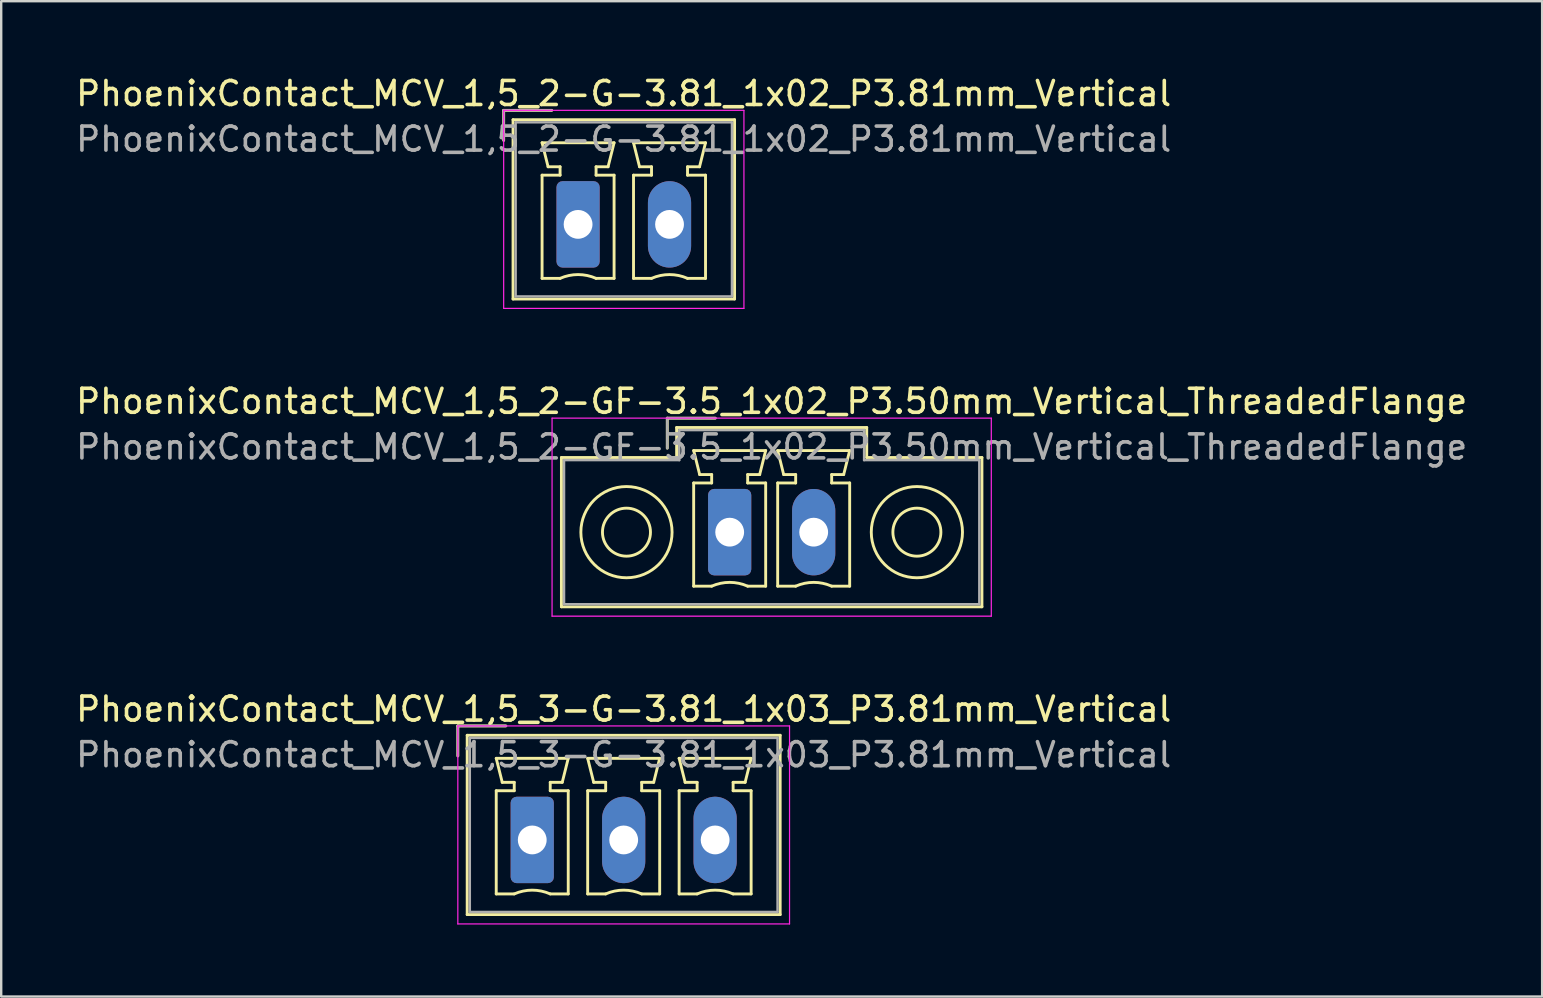
<source format=kicad_pcb>
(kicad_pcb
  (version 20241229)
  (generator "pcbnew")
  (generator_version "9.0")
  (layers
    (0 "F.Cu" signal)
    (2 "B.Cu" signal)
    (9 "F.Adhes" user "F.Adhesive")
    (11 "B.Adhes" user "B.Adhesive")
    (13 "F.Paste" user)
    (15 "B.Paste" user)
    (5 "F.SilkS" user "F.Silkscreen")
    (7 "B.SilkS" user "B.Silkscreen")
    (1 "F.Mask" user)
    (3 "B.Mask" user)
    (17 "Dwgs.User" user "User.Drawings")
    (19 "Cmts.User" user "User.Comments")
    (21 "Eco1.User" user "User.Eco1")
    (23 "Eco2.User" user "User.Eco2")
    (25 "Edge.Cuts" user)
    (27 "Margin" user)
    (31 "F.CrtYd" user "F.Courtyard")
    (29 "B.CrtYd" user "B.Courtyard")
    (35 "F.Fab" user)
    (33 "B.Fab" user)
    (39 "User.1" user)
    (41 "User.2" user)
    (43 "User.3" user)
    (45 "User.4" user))
  (footprint "PhoenixContact_MCV_1,5_2-G-3.81_1x02_P3.81mm_Vertical"
    (layer "F.Cu")
    (at 21.035 6.298)
    (property "Reference" "PhoenixContact_MCV_1,5_2-G-3.81_1x02_P3.81mm_Vertical" (at 1.9 -5.45 0) (layer "F.SilkS") (effects (font (size 1 1) (thickness 0.15))))
    (attr through_hole)
    (fp_line (start -3.1 -4.75) (end -1.1 -4.75) (stroke (width 0.12) (type solid)) (layer "F.SilkS"))
    (fp_line (start -3.1 -3.5) (end -3.1 -4.75) (stroke (width 0.12) (type solid)) (layer "F.SilkS"))
    (fp_line (start -2.71 -4.36) (end -2.71 3.11) (stroke (width 0.12) (type solid)) (layer "F.SilkS"))
    (fp_line (start -2.71 3.11) (end 6.52 3.11) (stroke (width 0.12) (type solid)) (layer "F.SilkS"))
    (fp_line (start -1.5 -3.4) (end 1.5 -3.4) (stroke (width 0.12) (type solid)) (layer "F.SilkS"))
    (fp_line (start -1.5 -2.05) (end -0.75 -2.05) (stroke (width 0.12) (type solid)) (layer "F.SilkS"))
    (fp_line (start -1.5 2.25) (end -1.5 -2.05) (stroke (width 0.12) (type solid)) (layer "F.SilkS"))
    (fp_line (start -1.25 -2.4) (end -1.5 -3.4) (stroke (width 0.12) (type solid)) (layer "F.SilkS"))
    (fp_line (start -0.75 -2.4) (end -1.25 -2.4) (stroke (width 0.12) (type solid)) (layer "F.SilkS"))
    (fp_line (start -0.75 -2.05) (end -0.75 -2.4) (stroke (width 0.12) (type solid)) (layer "F.SilkS"))
    (fp_line (start -0.75 2.25) (end -1.5 2.25) (stroke (width 0.12) (type solid)) (layer "F.SilkS"))
    (fp_line (start 0.75 -2.4) (end 0.75 -2.05) (stroke (width 0.12) (type solid)) (layer "F.SilkS"))
    (fp_line (start 0.75 -2.05) (end 1.5 -2.05) (stroke (width 0.12) (type solid)) (layer "F.SilkS"))
    (fp_line (start 1.25 -2.4) (end 0.75 -2.4) (stroke (width 0.12) (type solid)) (layer "F.SilkS"))
    (fp_line (start 1.5 -3.4) (end 1.25 -2.4) (stroke (width 0.12) (type solid)) (layer "F.SilkS"))
    (fp_line (start 1.5 -2.05) (end 1.5 2.25) (stroke (width 0.12) (type solid)) (layer "F.SilkS"))
    (fp_line (start 1.5 2.25) (end 0.75 2.25) (stroke (width 0.12) (type solid)) (layer "F.SilkS"))
    (fp_line (start 2.31 -3.4) (end 5.31 -3.4) (stroke (width 0.12) (type solid)) (layer "F.SilkS"))
    (fp_line (start 2.31 -2.05) (end 3.06 -2.05) (stroke (width 0.12) (type solid)) (layer "F.SilkS"))
    (fp_line (start 2.31 2.25) (end 2.31 -2.05) (stroke (width 0.12) (type solid)) (layer "F.SilkS"))
    (fp_line (start 2.56 -2.4) (end 2.31 -3.4) (stroke (width 0.12) (type solid)) (layer "F.SilkS"))
    (fp_line (start 3.06 -2.4) (end 2.56 -2.4) (stroke (width 0.12) (type solid)) (layer "F.SilkS"))
    (fp_line (start 3.06 -2.05) (end 3.06 -2.4) (stroke (width 0.12) (type solid)) (layer "F.SilkS"))
    (fp_line (start 3.06 2.25) (end 2.31 2.25) (stroke (width 0.12) (type solid)) (layer "F.SilkS"))
    (fp_line (start 4.56 -2.4) (end 4.56 -2.05) (stroke (width 0.12) (type solid)) (layer "F.SilkS"))
    (fp_line (start 4.56 -2.05) (end 5.31 -2.05) (stroke (width 0.12) (type solid)) (layer "F.SilkS"))
    (fp_line (start 5.06 -2.4) (end 4.56 -2.4) (stroke (width 0.12) (type solid)) (layer "F.SilkS"))
    (fp_line (start 5.31 -3.4) (end 5.06 -2.4) (stroke (width 0.12) (type solid)) (layer "F.SilkS"))
    (fp_line (start 5.31 -2.05) (end 5.31 2.25) (stroke (width 0.12) (type solid)) (layer "F.SilkS"))
    (fp_line (start 5.31 2.25) (end 4.56 2.25) (stroke (width 0.12) (type solid)) (layer "F.SilkS"))
    (fp_line (start 6.52 -4.36) (end -2.71 -4.36) (stroke (width 0.12) (type solid)) (layer "F.SilkS"))
    (fp_line (start 6.52 3.11) (end 6.52 -4.36) (stroke (width 0.12) (type solid)) (layer "F.SilkS"))
    (fp_arc (start -0.75 2.25) (mid -0.000193 2.09191) (end 0.749647 2.249844) (stroke (width 0.12) (type solid)) (layer "F.SilkS"))
    (fp_arc (start 3.06 2.25) (mid 3.809807 2.09191) (end 4.559647 2.249844) (stroke (width 0.12) (type solid)) (layer "F.SilkS"))
    (fp_line (start -3.1 -4.75) (end -3.1 3.5) (stroke (width 0.05) (type solid)) (layer "F.CrtYd"))
    (fp_line (start -3.1 3.5) (end 6.91 3.5) (stroke (width 0.05) (type solid)) (layer "F.CrtYd"))
    (fp_line (start 6.91 -4.75) (end -3.1 -4.75) (stroke (width 0.05) (type solid)) (layer "F.CrtYd"))
    (fp_line (start 6.91 3.5) (end 6.91 -4.75) (stroke (width 0.05) (type solid)) (layer "F.CrtYd"))
    (fp_line (start -3.1 -4.75) (end -1.1 -4.75) (stroke (width 0.1) (type solid)) (layer "F.Fab"))
    (fp_line (start -3.1 -3.5) (end -3.1 -4.75) (stroke (width 0.1) (type solid)) (layer "F.Fab"))
    (fp_line (start -2.6 -4.25) (end -2.6 3) (stroke (width 0.1) (type solid)) (layer "F.Fab"))
    (fp_line (start -2.6 3) (end 6.41 3) (stroke (width 0.1) (type solid)) (layer "F.Fab"))
    (fp_line (start 6.41 -4.25) (end -2.6 -4.25) (stroke (width 0.1) (type solid)) (layer "F.Fab"))
    (fp_line (start 6.41 3) (end 6.41 -4.25) (stroke (width 0.1) (type solid)) (layer "F.Fab"))
    (fp_text user "${REFERENCE}" (at 1.9 -3.55 0) (layer "F.Fab") (effects (font (size 1 1) (thickness 0.15))))
    (pad "1" thru_hole roundrect (at 0 0) (size 1.8 3.6) (drill 1.2) (layers "*.Cu" "*.Mask") (roundrect_rratio 0.139))
    (pad "2" thru_hole oval (at 3.81 0) (size 1.8 3.6) (drill 1.2) (layers "*.Cu" "*.Mask")))
  (footprint "PhoenixContact_MCV_1,5_2-GF-3.5_1x02_P3.50mm_Vertical_ThreadedFlange"
    (layer "F.Cu")
    (at 27.351 19.122)
    (property "Reference" "PhoenixContact_MCV_1,5_2-GF-3.5_1x02_P3.50mm_Vertical_ThreadedFlange" (at 1.75 -5.45 0) (layer "F.SilkS") (effects (font (size 1 1) (thickness 0.15))))
    (attr through_hole)
    (fp_line (start -7.01 -3.11) (end -7.01 3.11) (stroke (width 0.12) (type solid)) (layer "F.SilkS"))
    (fp_line (start -7.01 3.11) (end 10.51 3.11) (stroke (width 0.12) (type solid)) (layer "F.SilkS"))
    (fp_line (start -2.6 -4.75) (end -0.6 -4.75) (stroke (width 0.12) (type solid)) (layer "F.SilkS"))
    (fp_line (start -2.6 -3.5) (end -2.6 -4.75) (stroke (width 0.12) (type solid)) (layer "F.SilkS"))
    (fp_line (start -2.21 -4.36) (end -2.21 -3.11) (stroke (width 0.12) (type solid)) (layer "F.SilkS"))
    (fp_line (start -2.21 -3.11) (end -7.01 -3.11) (stroke (width 0.12) (type solid)) (layer "F.SilkS"))
    (fp_line (start -1.5 -3.4) (end 1.5 -3.4) (stroke (width 0.12) (type solid)) (layer "F.SilkS"))
    (fp_line (start -1.5 -2.05) (end -0.75 -2.05) (stroke (width 0.12) (type solid)) (layer "F.SilkS"))
    (fp_line (start -1.5 2.25) (end -1.5 -2.05) (stroke (width 0.12) (type solid)) (layer "F.SilkS"))
    (fp_line (start -1.25 -2.4) (end -1.5 -3.4) (stroke (width 0.12) (type solid)) (layer "F.SilkS"))
    (fp_line (start -0.75 -2.4) (end -1.25 -2.4) (stroke (width 0.12) (type solid)) (layer "F.SilkS"))
    (fp_line (start -0.75 -2.05) (end -0.75 -2.4) (stroke (width 0.12) (type solid)) (layer "F.SilkS"))
    (fp_line (start -0.75 2.25) (end -1.5 2.25) (stroke (width 0.12) (type solid)) (layer "F.SilkS"))
    (fp_line (start 0.75 -2.4) (end 0.75 -2.05) (stroke (width 0.12) (type solid)) (layer "F.SilkS"))
    (fp_line (start 0.75 -2.05) (end 1.5 -2.05) (stroke (width 0.12) (type solid)) (layer "F.SilkS"))
    (fp_line (start 1.25 -2.4) (end 0.75 -2.4) (stroke (width 0.12) (type solid)) (layer "F.SilkS"))
    (fp_line (start 1.5 -3.4) (end 1.25 -2.4) (stroke (width 0.12) (type solid)) (layer "F.SilkS"))
    (fp_line (start 1.5 -2.05) (end 1.5 2.25) (stroke (width 0.12) (type solid)) (layer "F.SilkS"))
    (fp_line (start 1.5 2.25) (end 0.75 2.25) (stroke (width 0.12) (type solid)) (layer "F.SilkS"))
    (fp_line (start 2 -3.4) (end 5 -3.4) (stroke (width 0.12) (type solid)) (layer "F.SilkS"))
    (fp_line (start 2 -2.05) (end 2.75 -2.05) (stroke (width 0.12) (type solid)) (layer "F.SilkS"))
    (fp_line (start 2 2.25) (end 2 -2.05) (stroke (width 0.12) (type solid)) (layer "F.SilkS"))
    (fp_line (start 2.25 -2.4) (end 2 -3.4) (stroke (width 0.12) (type solid)) (layer "F.SilkS"))
    (fp_line (start 2.75 -2.4) (end 2.25 -2.4) (stroke (width 0.12) (type solid)) (layer "F.SilkS"))
    (fp_line (start 2.75 -2.05) (end 2.75 -2.4) (stroke (width 0.12) (type solid)) (layer "F.SilkS"))
    (fp_line (start 2.75 2.25) (end 2 2.25) (stroke (width 0.12) (type solid)) (layer "F.SilkS"))
    (fp_line (start 4.25 -2.4) (end 4.25 -2.05) (stroke (width 0.12) (type solid)) (layer "F.SilkS"))
    (fp_line (start 4.25 -2.05) (end 5 -2.05) (stroke (width 0.12) (type solid)) (layer "F.SilkS"))
    (fp_line (start 4.75 -2.4) (end 4.25 -2.4) (stroke (width 0.12) (type solid)) (layer "F.SilkS"))
    (fp_line (start 5 -3.4) (end 4.75 -2.4) (stroke (width 0.12) (type solid)) (layer "F.SilkS"))
    (fp_line (start 5 -2.05) (end 5 2.25) (stroke (width 0.12) (type solid)) (layer "F.SilkS"))
    (fp_line (start 5 2.25) (end 4.25 2.25) (stroke (width 0.12) (type solid)) (layer "F.SilkS"))
    (fp_line (start 5.71 -4.36) (end -2.21 -4.36) (stroke (width 0.12) (type solid)) (layer "F.SilkS"))
    (fp_line (start 5.71 -3.11) (end 5.71 -4.36) (stroke (width 0.12) (type solid)) (layer "F.SilkS"))
    (fp_line (start 10.51 -3.11) (end 5.71 -3.11) (stroke (width 0.12) (type solid)) (layer "F.SilkS"))
    (fp_line (start 10.51 3.11) (end 10.51 -3.11) (stroke (width 0.12) (type solid)) (layer "F.SilkS"))
    (fp_arc (start -0.75 2.25) (mid -0.000193 2.09191) (end 0.749647 2.249844) (stroke (width 0.12) (type solid)) (layer "F.SilkS"))
    (fp_arc (start 2.75 2.25) (mid 3.499807 2.09191) (end 4.249647 2.249844) (stroke (width 0.12) (type solid)) (layer "F.SilkS"))
    (fp_circle (center -4.3 0) (end -3.3 0) (stroke (width 0.12) (type solid)) (fill no) (layer "F.SilkS"))
    (fp_circle (center -4.3 0) (end -2.4 0) (stroke (width 0.12) (type solid)) (fill no) (layer "F.SilkS"))
    (fp_circle (center 7.8 0) (end 8.8 0) (stroke (width 0.12) (type solid)) (fill no) (layer "F.SilkS"))
    (fp_circle (center 7.8 0) (end 9.7 0) (stroke (width 0.12) (type solid)) (fill no) (layer "F.SilkS"))
    (fp_line (start -7.4 -4.75) (end -7.4 3.5) (stroke (width 0.05) (type solid)) (layer "F.CrtYd"))
    (fp_line (start -7.4 3.5) (end 10.9 3.5) (stroke (width 0.05) (type solid)) (layer "F.CrtYd"))
    (fp_line (start 10.9 -4.75) (end -7.4 -4.75) (stroke (width 0.05) (type solid)) (layer "F.CrtYd"))
    (fp_line (start 10.9 3.5) (end 10.9 -4.75) (stroke (width 0.05) (type solid)) (layer "F.CrtYd"))
    (fp_line (start -6.9 -3) (end -6.9 3) (stroke (width 0.1) (type solid)) (layer "F.Fab"))
    (fp_line (start -6.9 3) (end 10.4 3) (stroke (width 0.1) (type solid)) (layer "F.Fab"))
    (fp_line (start -2.6 -4.75) (end -0.6 -4.75) (stroke (width 0.1) (type solid)) (layer "F.Fab"))
    (fp_line (start -2.6 -3.5) (end -2.6 -4.75) (stroke (width 0.1) (type solid)) (layer "F.Fab"))
    (fp_line (start -2.1 -4.25) (end -2.1 -3) (stroke (width 0.1) (type solid)) (layer "F.Fab"))
    (fp_line (start -2.1 -3) (end -6.9 -3) (stroke (width 0.1) (type solid)) (layer "F.Fab"))
    (fp_line (start 5.6 -4.25) (end -2.1 -4.25) (stroke (width 0.1) (type solid)) (layer "F.Fab"))
    (fp_line (start 5.6 -3) (end 5.6 -4.25) (stroke (width 0.1) (type solid)) (layer "F.Fab"))
    (fp_line (start 10.4 -3) (end 5.6 -3) (stroke (width 0.1) (type solid)) (layer "F.Fab"))
    (fp_line (start 10.4 3) (end 10.4 -3) (stroke (width 0.1) (type solid)) (layer "F.Fab"))
    (fp_text user "${REFERENCE}" (at 1.75 -3.55 0) (layer "F.Fab") (effects (font (size 1 1) (thickness 0.15))))
    (pad "1" thru_hole roundrect (at 0 0) (size 1.8 3.6) (drill 1.2) (layers "*.Cu" "*.Mask") (roundrect_rratio 0.139))
    (pad "2" thru_hole oval (at 3.5 0) (size 1.8 3.6) (drill 1.2) (layers "*.Cu" "*.Mask")))
  (footprint "PhoenixContact_MCV_1,5_3-G-3.81_1x03_P3.81mm_Vertical"
    (layer "F.Cu")
    (at 19.125 31.945)
    (property "Reference" "PhoenixContact_MCV_1,5_3-G-3.81_1x03_P3.81mm_Vertical" (at 3.81 -5.45 0) (layer "F.SilkS") (effects (font (size 1 1) (thickness 0.15))))
    (attr through_hole)
    (fp_line (start -3.1 -4.75) (end -1.1 -4.75) (stroke (width 0.12) (type solid)) (layer "F.SilkS"))
    (fp_line (start -3.1 -3.5) (end -3.1 -4.75) (stroke (width 0.12) (type solid)) (layer "F.SilkS"))
    (fp_line (start -2.71 -4.36) (end -2.71 3.11) (stroke (width 0.12) (type solid)) (layer "F.SilkS"))
    (fp_line (start -2.71 3.11) (end 10.33 3.11) (stroke (width 0.12) (type solid)) (layer "F.SilkS"))
    (fp_line (start -1.5 -3.4) (end 1.5 -3.4) (stroke (width 0.12) (type solid)) (layer "F.SilkS"))
    (fp_line (start -1.5 -2.05) (end -0.75 -2.05) (stroke (width 0.12) (type solid)) (layer "F.SilkS"))
    (fp_line (start -1.5 2.25) (end -1.5 -2.05) (stroke (width 0.12) (type solid)) (layer "F.SilkS"))
    (fp_line (start -1.25 -2.4) (end -1.5 -3.4) (stroke (width 0.12) (type solid)) (layer "F.SilkS"))
    (fp_line (start -0.75 -2.4) (end -1.25 -2.4) (stroke (width 0.12) (type solid)) (layer "F.SilkS"))
    (fp_line (start -0.75 -2.05) (end -0.75 -2.4) (stroke (width 0.12) (type solid)) (layer "F.SilkS"))
    (fp_line (start -0.75 2.25) (end -1.5 2.25) (stroke (width 0.12) (type solid)) (layer "F.SilkS"))
    (fp_line (start 0.75 -2.4) (end 0.75 -2.05) (stroke (width 0.12) (type solid)) (layer "F.SilkS"))
    (fp_line (start 0.75 -2.05) (end 1.5 -2.05) (stroke (width 0.12) (type solid)) (layer "F.SilkS"))
    (fp_line (start 1.25 -2.4) (end 0.75 -2.4) (stroke (width 0.12) (type solid)) (layer "F.SilkS"))
    (fp_line (start 1.5 -3.4) (end 1.25 -2.4) (stroke (width 0.12) (type solid)) (layer "F.SilkS"))
    (fp_line (start 1.5 -2.05) (end 1.5 2.25) (stroke (width 0.12) (type solid)) (layer "F.SilkS"))
    (fp_line (start 1.5 2.25) (end 0.75 2.25) (stroke (width 0.12) (type solid)) (layer "F.SilkS"))
    (fp_line (start 2.31 -3.4) (end 5.31 -3.4) (stroke (width 0.12) (type solid)) (layer "F.SilkS"))
    (fp_line (start 2.31 -2.05) (end 3.06 -2.05) (stroke (width 0.12) (type solid)) (layer "F.SilkS"))
    (fp_line (start 2.31 2.25) (end 2.31 -2.05) (stroke (width 0.12) (type solid)) (layer "F.SilkS"))
    (fp_line (start 2.56 -2.4) (end 2.31 -3.4) (stroke (width 0.12) (type solid)) (layer "F.SilkS"))
    (fp_line (start 3.06 -2.4) (end 2.56 -2.4) (stroke (width 0.12) (type solid)) (layer "F.SilkS"))
    (fp_line (start 3.06 -2.05) (end 3.06 -2.4) (stroke (width 0.12) (type solid)) (layer "F.SilkS"))
    (fp_line (start 3.06 2.25) (end 2.31 2.25) (stroke (width 0.12) (type solid)) (layer "F.SilkS"))
    (fp_line (start 4.56 -2.4) (end 4.56 -2.05) (stroke (width 0.12) (type solid)) (layer "F.SilkS"))
    (fp_line (start 4.56 -2.05) (end 5.31 -2.05) (stroke (width 0.12) (type solid)) (layer "F.SilkS"))
    (fp_line (start 5.06 -2.4) (end 4.56 -2.4) (stroke (width 0.12) (type solid)) (layer "F.SilkS"))
    (fp_line (start 5.31 -3.4) (end 5.06 -2.4) (stroke (width 0.12) (type solid)) (layer "F.SilkS"))
    (fp_line (start 5.31 -2.05) (end 5.31 2.25) (stroke (width 0.12) (type solid)) (layer "F.SilkS"))
    (fp_line (start 5.31 2.25) (end 4.56 2.25) (stroke (width 0.12) (type solid)) (layer "F.SilkS"))
    (fp_line (start 6.12 -3.4) (end 9.12 -3.4) (stroke (width 0.12) (type solid)) (layer "F.SilkS"))
    (fp_line (start 6.12 -2.05) (end 6.87 -2.05) (stroke (width 0.12) (type solid)) (layer "F.SilkS"))
    (fp_line (start 6.12 2.25) (end 6.12 -2.05) (stroke (width 0.12) (type solid)) (layer "F.SilkS"))
    (fp_line (start 6.37 -2.4) (end 6.12 -3.4) (stroke (width 0.12) (type solid)) (layer "F.SilkS"))
    (fp_line (start 6.87 -2.4) (end 6.37 -2.4) (stroke (width 0.12) (type solid)) (layer "F.SilkS"))
    (fp_line (start 6.87 -2.05) (end 6.87 -2.4) (stroke (width 0.12) (type solid)) (layer "F.SilkS"))
    (fp_line (start 6.87 2.25) (end 6.12 2.25) (stroke (width 0.12) (type solid)) (layer "F.SilkS"))
    (fp_line (start 8.37 -2.4) (end 8.37 -2.05) (stroke (width 0.12) (type solid)) (layer "F.SilkS"))
    (fp_line (start 8.37 -2.05) (end 9.12 -2.05) (stroke (width 0.12) (type solid)) (layer "F.SilkS"))
    (fp_line (start 8.87 -2.4) (end 8.37 -2.4) (stroke (width 0.12) (type solid)) (layer "F.SilkS"))
    (fp_line (start 9.12 -3.4) (end 8.87 -2.4) (stroke (width 0.12) (type solid)) (layer "F.SilkS"))
    (fp_line (start 9.12 -2.05) (end 9.12 2.25) (stroke (width 0.12) (type solid)) (layer "F.SilkS"))
    (fp_line (start 9.12 2.25) (end 8.37 2.25) (stroke (width 0.12) (type solid)) (layer "F.SilkS"))
    (fp_line (start 10.33 -4.36) (end -2.71 -4.36) (stroke (width 0.12) (type solid)) (layer "F.SilkS"))
    (fp_line (start 10.33 3.11) (end 10.33 -4.36) (stroke (width 0.12) (type solid)) (layer "F.SilkS"))
    (fp_arc (start -0.75 2.25) (mid -0.000193 2.09191) (end 0.749647 2.249844) (stroke (width 0.12) (type solid)) (layer "F.SilkS"))
    (fp_arc (start 3.06 2.25) (mid 3.809807 2.09191) (end 4.559647 2.249844) (stroke (width 0.12) (type solid)) (layer "F.SilkS"))
    (fp_arc (start 6.87 2.25) (mid 7.619807 2.09191) (end 8.369647 2.249844) (stroke (width 0.12) (type solid)) (layer "F.SilkS"))
    (fp_line (start -3.1 -4.75) (end -3.1 3.5) (stroke (width 0.05) (type solid)) (layer "F.CrtYd"))
    (fp_line (start -3.1 3.5) (end 10.72 3.5) (stroke (width 0.05) (type solid)) (layer "F.CrtYd"))
    (fp_line (start 10.72 -4.75) (end -3.1 -4.75) (stroke (width 0.05) (type solid)) (layer "F.CrtYd"))
    (fp_line (start 10.72 3.5) (end 10.72 -4.75) (stroke (width 0.05) (type solid)) (layer "F.CrtYd"))
    (fp_line (start -3.1 -4.75) (end -1.1 -4.75) (stroke (width 0.1) (type solid)) (layer "F.Fab"))
    (fp_line (start -3.1 -3.5) (end -3.1 -4.75) (stroke (width 0.1) (type solid)) (layer "F.Fab"))
    (fp_line (start -2.6 -4.25) (end -2.6 3) (stroke (width 0.1) (type solid)) (layer "F.Fab"))
    (fp_line (start -2.6 3) (end 10.22 3) (stroke (width 0.1) (type solid)) (layer "F.Fab"))
    (fp_line (start 10.22 -4.25) (end -2.6 -4.25) (stroke (width 0.1) (type solid)) (layer "F.Fab"))
    (fp_line (start 10.22 3) (end 10.22 -4.25) (stroke (width 0.1) (type solid)) (layer "F.Fab"))
    (fp_text user "${REFERENCE}" (at 3.81 -3.55 0) (layer "F.Fab") (effects (font (size 1 1) (thickness 0.15))))
    (pad "1" thru_hole roundrect (at 0 0) (size 1.8 3.6) (drill 1.2) (layers "*.Cu" "*.Mask") (roundrect_rratio 0.139))
    (pad "2" thru_hole oval (at 3.81 0) (size 1.8 3.6) (drill 1.2) (layers "*.Cu" "*.Mask"))
    (pad "3" thru_hole oval (at 7.62 0) (size 1.8 3.6) (drill 1.2) (layers "*.Cu" "*.Mask")))
  (gr_rect
    (start -3 -3)
    (end 61.202 38.47)
    (stroke (width 0.1) (type default))
    (fill no)
    (layer "Edge.Cuts")))
</source>
